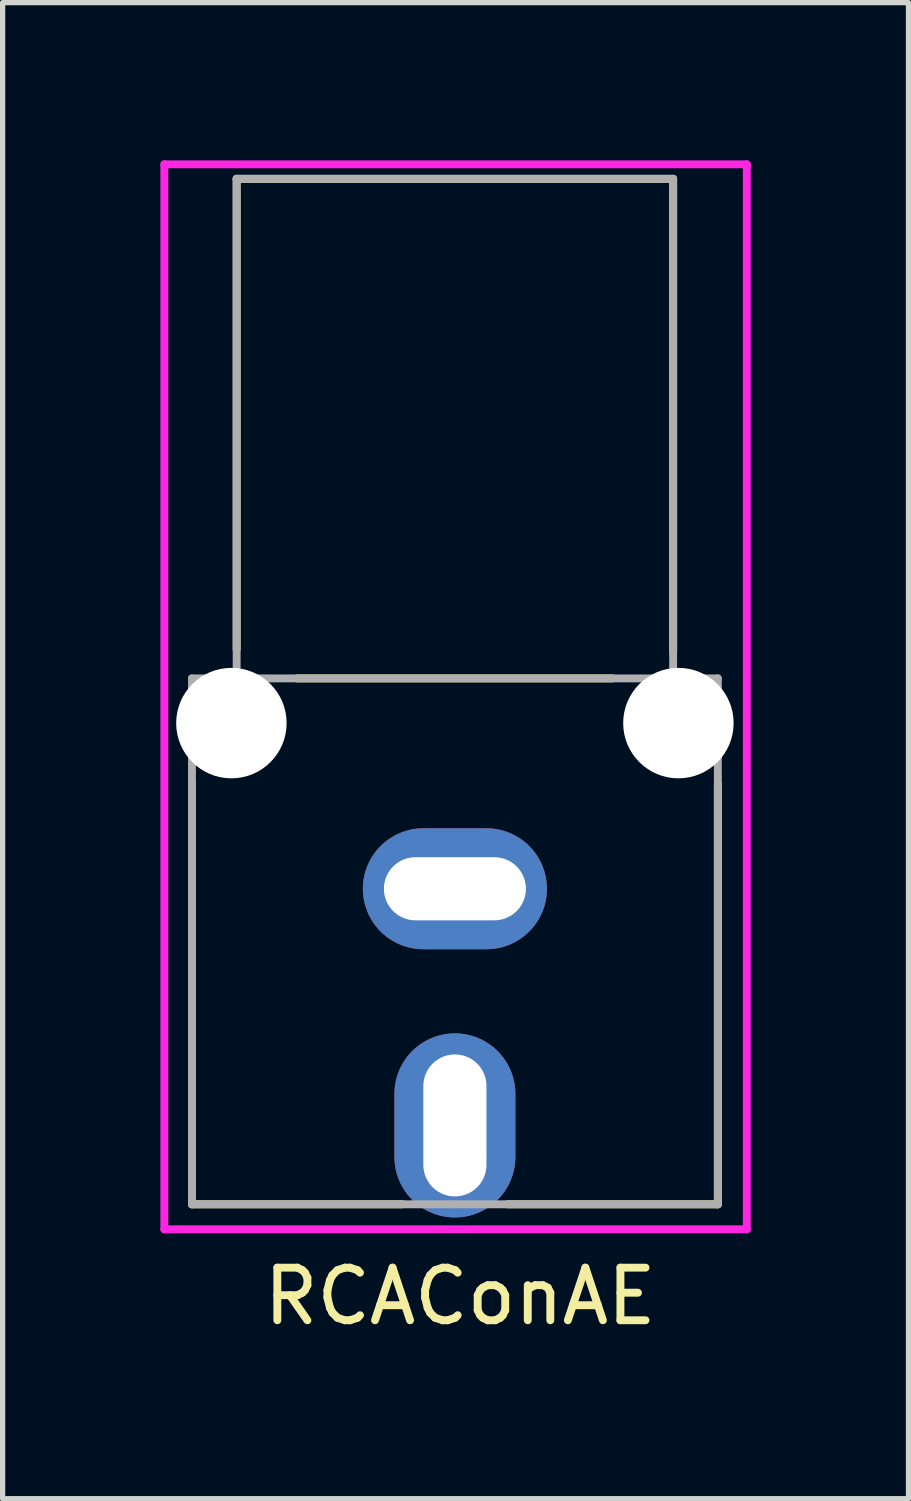
<source format=kicad_pcb>
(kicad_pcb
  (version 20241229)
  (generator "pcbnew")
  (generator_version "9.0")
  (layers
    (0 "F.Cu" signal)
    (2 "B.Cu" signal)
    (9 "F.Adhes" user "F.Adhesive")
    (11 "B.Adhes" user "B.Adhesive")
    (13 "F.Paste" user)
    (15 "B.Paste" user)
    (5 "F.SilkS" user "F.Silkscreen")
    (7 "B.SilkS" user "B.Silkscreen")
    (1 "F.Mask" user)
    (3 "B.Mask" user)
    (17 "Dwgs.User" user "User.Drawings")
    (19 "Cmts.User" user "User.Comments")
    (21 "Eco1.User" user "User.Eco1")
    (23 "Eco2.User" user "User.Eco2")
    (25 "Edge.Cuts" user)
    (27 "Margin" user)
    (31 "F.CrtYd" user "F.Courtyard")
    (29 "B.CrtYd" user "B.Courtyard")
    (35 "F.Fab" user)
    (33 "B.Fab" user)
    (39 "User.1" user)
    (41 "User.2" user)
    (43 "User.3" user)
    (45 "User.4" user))
  (footprint "RCAConAE"
    (layer "F.Cu")
    (at 5.6 13.85)
    (property "Reference" "RCAConAE" (at 0.1 7.75 0) (layer "F.SilkS") (effects (font (size 1 1) (thickness 0.15))))
    (attr through_hole)
    (fp_line (start -5 -2) (end -5 6) (stroke (width 0.15) (type solid)) (layer "F.SilkS"))
    (fp_line (start -5 6) (end -1 6) (stroke (width 0.15) (type solid)) (layer "F.SilkS"))
    (fp_line (start -4.15 -13.5) (end -4.15 -4.55) (stroke (width 0.15) (type solid)) (layer "F.SilkS"))
    (fp_line (start -4.15 -13.5) (end 4.15 -13.5) (stroke (width 0.15) (type solid)) (layer "F.SilkS"))
    (fp_line (start -3 -4) (end 3 -4) (stroke (width 0.15) (type solid)) (layer "F.SilkS"))
    (fp_line (start 1 6) (end 5 6) (stroke (width 0.15) (type solid)) (layer "F.SilkS"))
    (fp_line (start 4.15 -13.5) (end 4.15 -4.5) (stroke (width 0.15) (type solid)) (layer "F.SilkS"))
    (fp_line (start 5 -2) (end 5 6) (stroke (width 0.15) (type solid)) (layer "F.SilkS"))
    (fp_line (start -5.525 -13.775) (end -5.525 6.475) (stroke (width 0.15) (type solid)) (layer "F.CrtYd"))
    (fp_line (start -5.525 6.475) (end 5.55 6.475) (stroke (width 0.15) (type solid)) (layer "F.CrtYd"))
    (fp_line (start 5.55 -13.775) (end -5.525 -13.775) (stroke (width 0.15) (type solid)) (layer "F.CrtYd"))
    (fp_line (start 5.55 -13.75) (end 5.55 -13.775) (stroke (width 0.15) (type solid)) (layer "F.CrtYd"))
    (fp_line (start 5.55 6.475) (end 5.55 -13.75) (stroke (width 0.15) (type solid)) (layer "F.CrtYd"))
    (fp_line (start -5 -4) (end 5 -4) (stroke (width 0.15) (type solid)) (layer "F.Fab"))
    (fp_line (start -5 6) (end -5 -4) (stroke (width 0.15) (type solid)) (layer "F.Fab"))
    (fp_line (start -4.15 -13.5) (end 4.15 -13.5) (stroke (width 0.15) (type solid)) (layer "F.Fab"))
    (fp_line (start -4.15 -4) (end -4.15 -13.5) (stroke (width 0.15) (type solid)) (layer "F.Fab"))
    (fp_line (start 0 6) (end -5 6) (stroke (width 0.15) (type solid)) (layer "F.Fab"))
    (fp_line (start 4.15 -4) (end 4.15 -13.5) (stroke (width 0.15) (type solid)) (layer "F.Fab"))
    (fp_line (start 5 -4) (end 5 6) (stroke (width 0.15) (type solid)) (layer "F.Fab"))
    (fp_line (start 5 6) (end 0 6) (stroke (width 0.15) (type solid)) (layer "F.Fab"))
    (pad "" np_thru_hole circle (at -4.25 -3.15) (size 2.1 2.1) (drill 2.1) (layers "*.Cu" "*.Mask"))
    (pad "" np_thru_hole circle (at 4.25 -3.15) (size 2.1 2.1) (drill 2.1) (layers "*.Cu" "*.Mask"))
    (pad "1" thru_hole oval (at 0 4.5 90) (size 3.5 2.3) (drill oval 2.7 1.2) (layers "*.Cu" "*.Mask"))
    (pad "2" thru_hole oval (at 0 0) (size 3.5 2.3) (drill oval 2.7 1.2) (layers "*.Cu" "*.Mask")))
  (gr_rect
    (start -3 -3)
    (end 14.225 25.448)
    (stroke (width 0.1) (type default))
    (fill no)
    (layer "Edge.Cuts")))
</source>
